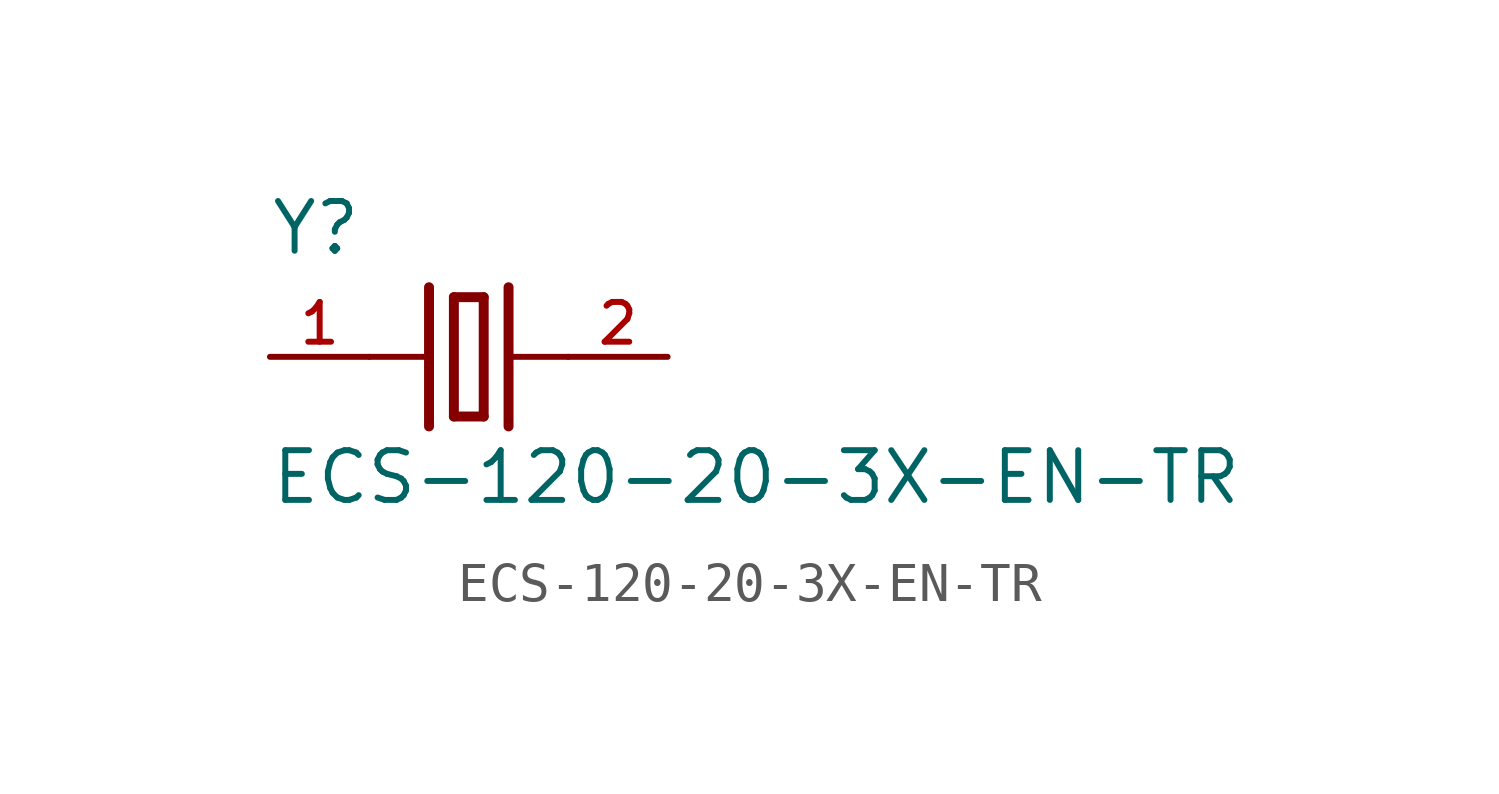
<source format=kicad_sym>
(kicad_symbol_lib
  (version 20211014)
  (generator kicad_symbol_editor)
  (symbol "ECS-120-20-3X-EN-TR"
    (pin_names
      (offset 1.016))
    (property "Reference" "Y"
      (at -5.095 2.548 0)
      (effects (font (size 1.27 1.27)) (justify bottom left)))
    (property "Value" "ECS-120-20-3X-EN-TR"
      (at -5.091 -3.819 0)
      (effects (font (size 1.27 1.27)) (justify bottom left)))
    (symbol "ECS-120-20-3X-EN-TR_0_0"
      (polyline (pts (xy 1.016 0.0) (xy 2.54 0.0)) (stroke (width 0.152)))
      (polyline (pts (xy -2.54 0.0) (xy -1.016 0.0)) (stroke (width 0.152)))
      (polyline (pts (xy -0.381 1.524) (xy -0.381 -1.524)) (stroke (width 0.254)))
      (polyline (pts (xy -0.381 -1.524) (xy 0.381 -1.524)) (stroke (width 0.254)))
      (polyline (pts (xy 0.381 -1.524) (xy 0.381 1.524)) (stroke (width 0.254)))
      (polyline (pts (xy 0.381 1.524) (xy -0.381 1.524)) (stroke (width 0.254)))
      (polyline (pts (xy 1.016 1.778) (xy 1.016 -1.778)) (stroke (width 0.254)))
      (polyline (pts (xy -1.016 1.778) (xy -1.016 -1.778)) (stroke (width 0.254)))
      (pin passive line (at 5.08 0.0 180.0) (length 2.54) (name "~" (effects (font (size 1.016 1.016)))) (number "2" (effects (font (size 1.016 1.016)))))
      (pin passive line (at -5.08 0.0 0) (length 2.54) (name "~" (effects (font (size 1.016 1.016)))) (number "1" (effects (font (size 1.016 1.016))))))))
</source>
